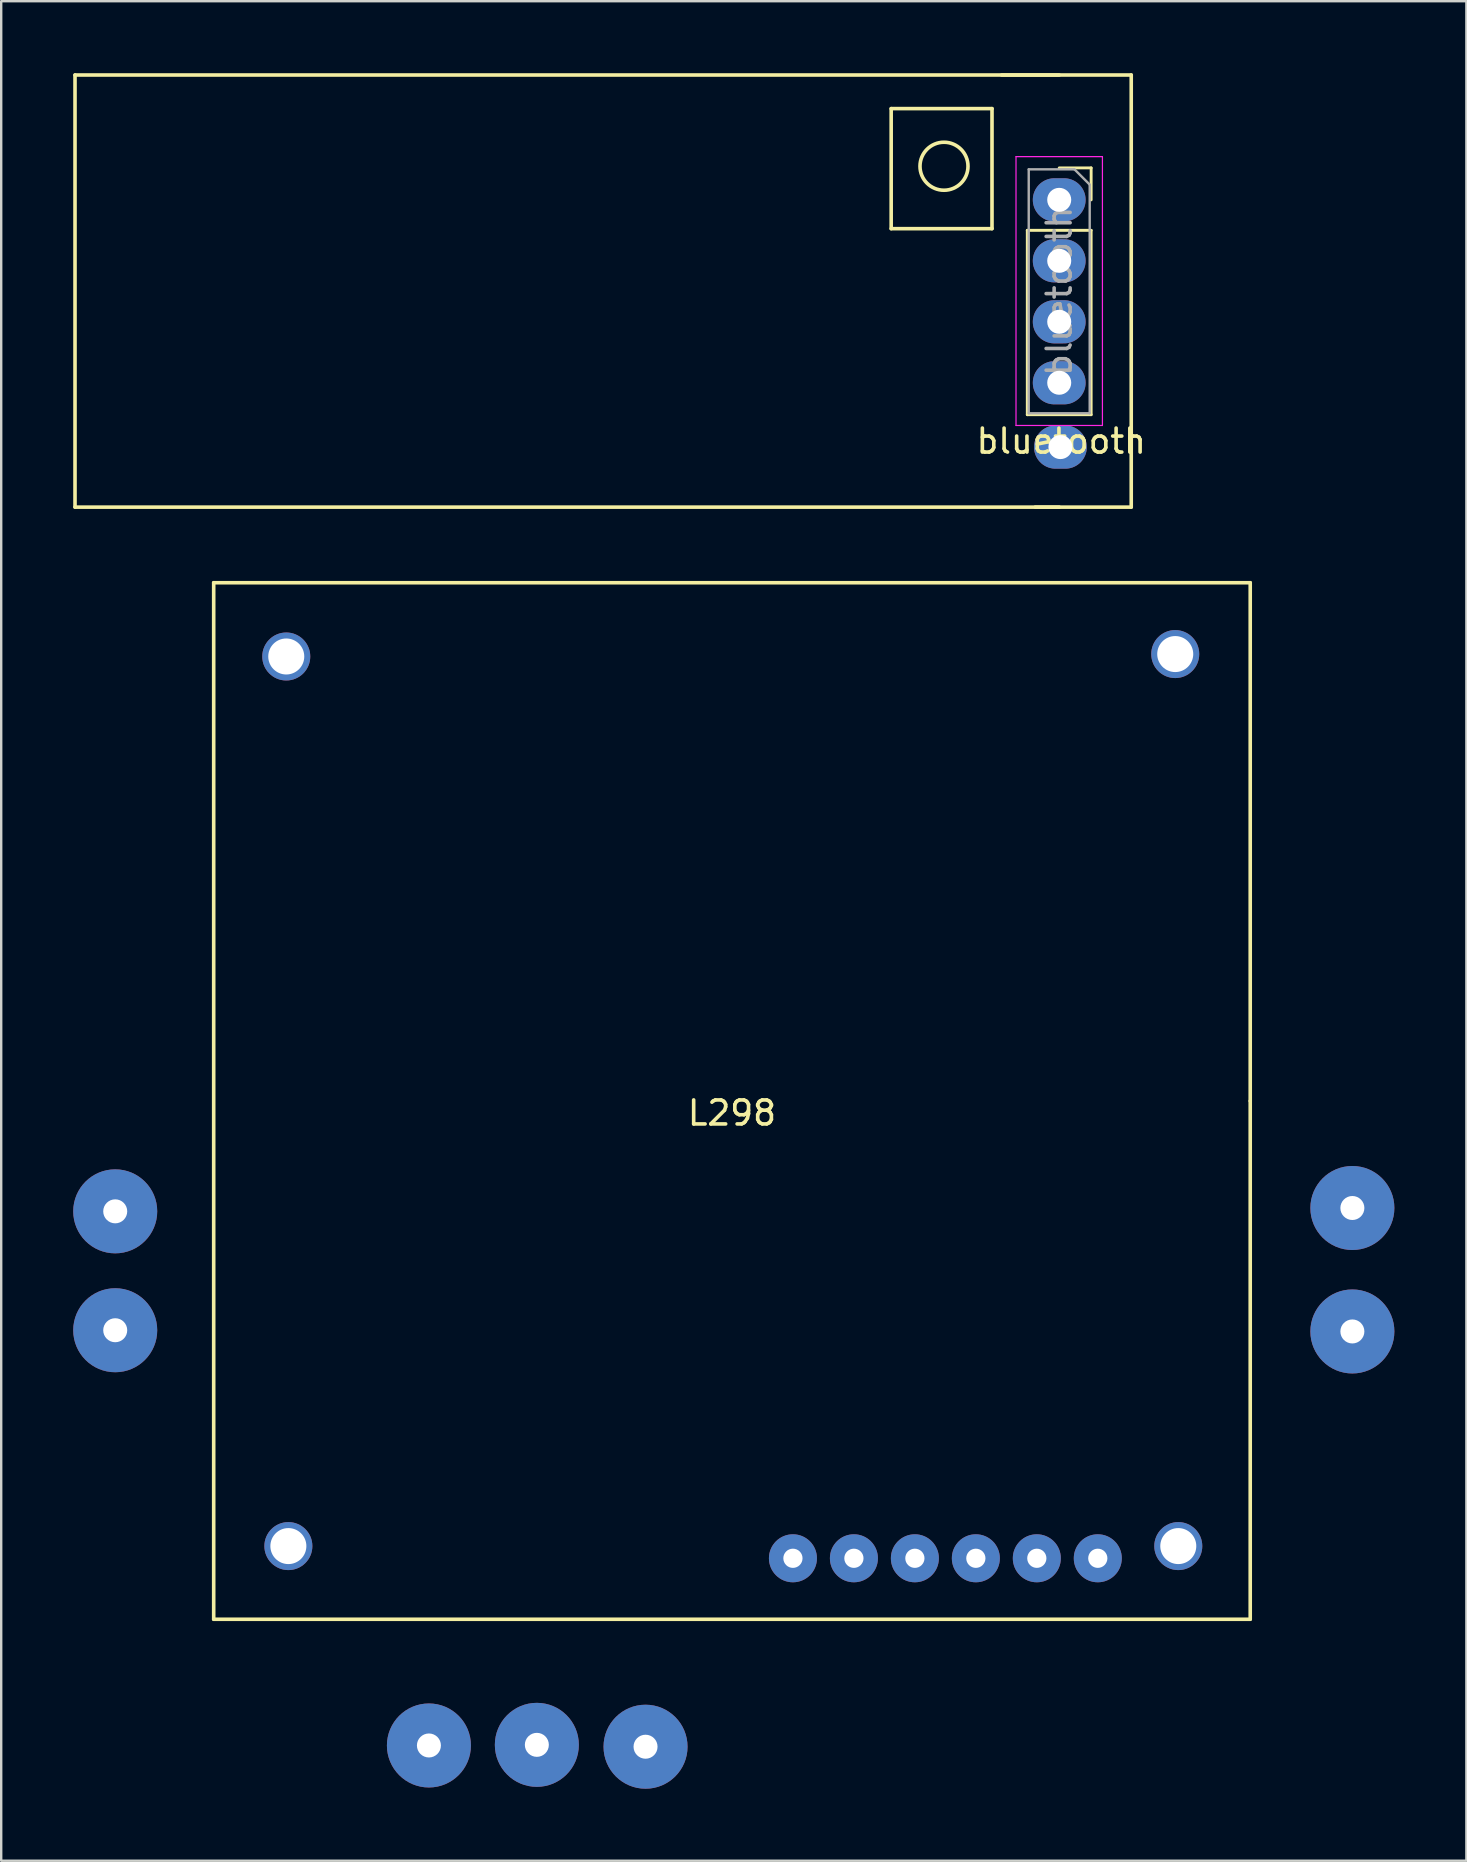
<source format=kicad_pcb>
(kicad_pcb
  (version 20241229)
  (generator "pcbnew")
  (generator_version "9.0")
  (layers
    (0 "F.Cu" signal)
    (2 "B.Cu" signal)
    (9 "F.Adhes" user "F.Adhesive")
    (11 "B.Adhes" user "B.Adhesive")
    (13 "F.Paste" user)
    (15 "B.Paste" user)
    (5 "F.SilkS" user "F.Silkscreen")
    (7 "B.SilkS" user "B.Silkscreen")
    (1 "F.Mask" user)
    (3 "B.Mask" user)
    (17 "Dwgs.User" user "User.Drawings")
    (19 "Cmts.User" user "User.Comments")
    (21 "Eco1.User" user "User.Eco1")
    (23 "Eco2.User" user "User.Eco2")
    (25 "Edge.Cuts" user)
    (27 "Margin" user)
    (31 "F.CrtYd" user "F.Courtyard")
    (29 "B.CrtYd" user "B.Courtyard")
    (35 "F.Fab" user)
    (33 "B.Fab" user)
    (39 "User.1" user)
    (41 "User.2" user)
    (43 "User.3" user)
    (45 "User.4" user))
  (footprint "bluetooth"
    (layer "F.Cu")
    (at 34.075 8.075)
    (property "Reference" "bluetooth" (at 7.084 7.252 0) (layer "F.SilkS") (effects (font (size 1 1) (thickness 0.15))))
    (attr through_hole)
    (fp_line (start -34 -8) (end 10 -8) (stroke (width 0.15) (type solid)) (layer "F.SilkS"))
    (fp_line (start -34 10) (end -34 -8) (stroke (width 0.15) (type solid)) (layer "F.SilkS"))
    (fp_line (start 0 -6.6) (end 4.2 -6.6) (stroke (width 0.15) (type solid)) (layer "F.SilkS"))
    (fp_line (start 0 -1.6) (end 0 -6.6) (stroke (width 0.15) (type solid)) (layer "F.SilkS"))
    (fp_line (start 4.2 -6.6) (end 4.2 -1.6) (stroke (width 0.15) (type solid)) (layer "F.SilkS"))
    (fp_line (start 4.2 -1.6) (end 0 -1.6) (stroke (width 0.15) (type solid)) (layer "F.SilkS"))
    (fp_line (start 5.67 -1.53) (end 5.67 6.15) (stroke (width 0.12) (type solid)) (layer "F.SilkS"))
    (fp_line (start 7 -8) (end 4.6 -8) (stroke (width 0.15) (type solid)) (layer "F.SilkS"))
    (fp_line (start 7 10) (end 6 10) (stroke (width 0.15) (type solid)) (layer "F.SilkS"))
    (fp_line (start 8.33 -4.13) (end 7 -4.13) (stroke (width 0.12) (type solid)) (layer "F.SilkS"))
    (fp_line (start 8.33 -2.8) (end 8.33 -4.13) (stroke (width 0.12) (type solid)) (layer "F.SilkS"))
    (fp_line (start 8.33 -1.53) (end 5.67 -1.53) (stroke (width 0.12) (type solid)) (layer "F.SilkS"))
    (fp_line (start 8.33 -1.53) (end 8.33 6.15) (stroke (width 0.12) (type solid)) (layer "F.SilkS"))
    (fp_line (start 8.33 6.15) (end 5.67 6.15) (stroke (width 0.12) (type solid)) (layer "F.SilkS"))
    (fp_line (start 10 -8) (end 10 10) (stroke (width 0.15) (type solid)) (layer "F.SilkS"))
    (fp_line (start 10 10) (end -34 10) (stroke (width 0.15) (type solid)) (layer "F.SilkS"))
    (fp_circle (center 2.2 -4.2) (end 1.6 -3.4) (stroke (width 0.15) (type solid)) (fill no) (layer "F.SilkS"))
    (fp_line (start 5.2 -4.6) (end 8.8 -4.6) (stroke (width 0.05) (type solid)) (layer "F.CrtYd"))
    (fp_line (start 5.2 6.6) (end 5.2 -4.6) (stroke (width 0.05) (type solid)) (layer "F.CrtYd"))
    (fp_line (start 8.8 -4.6) (end 8.8 6.6) (stroke (width 0.05) (type solid)) (layer "F.CrtYd"))
    (fp_line (start 8.8 6.6) (end 5.2 6.6) (stroke (width 0.05) (type solid)) (layer "F.CrtYd"))
    (fp_line (start 5.73 -4.07) (end 5.73 6.09) (stroke (width 0.1) (type solid)) (layer "F.Fab"))
    (fp_line (start 5.73 6.09) (end 8.27 6.09) (stroke (width 0.1) (type solid)) (layer "F.Fab"))
    (fp_line (start 7.635 -4.07) (end 5.73 -4.07) (stroke (width 0.1) (type solid)) (layer "F.Fab"))
    (fp_line (start 8.27 -3.435) (end 7.635 -4.07) (stroke (width 0.1) (type solid)) (layer "F.Fab"))
    (fp_line (start 8.27 6.09) (end 8.27 -3.435) (stroke (width 0.1) (type solid)) (layer "F.Fab"))
    (fp_text user "${REFERENCE}" (at 7 1.01 90) (layer "F.Fab") (effects (font (size 1 1) (thickness 0.15))))
    (pad "1" thru_hole oval (at 7 -2.8) (size 2.2 1.8) (drill 1) (layers "*.Cu" "*.Mask"))
    (pad "2" thru_hole oval (at 7 -0.26) (size 2.2 1.8) (drill 1) (layers "*.Cu" "*.Mask"))
    (pad "3" thru_hole oval (at 7 2.28) (size 2.2 1.8) (drill 1) (layers "*.Cu" "*.Mask"))
    (pad "4" thru_hole oval (at 7 4.82) (size 2.2 1.8) (drill 1) (layers "*.Cu" "*.Mask"))
    (pad "5" thru_hole oval (at 7.05 7.5) (size 2.2 1.8) (drill 1) (layers "*.Cu" "*.Mask")))
  (footprint "L298"
    (layer "F.Cu")
    (at 27.442 42.815)
    (property "Reference" "L298" (at 0 0.5 0) (layer "F.SilkS") (effects (font (size 1 1) (thickness 0.15))))
    (attr through_hole)
    (fp_line (start -21.59 -21.59) (end 21.59 -21.59) (stroke (width 0.15) (type solid)) (layer "F.SilkS"))
    (fp_line (start -21.59 21.59) (end -21.59 -21.59) (stroke (width 0.15) (type solid)) (layer "F.SilkS"))
    (fp_line (start 21.59 -21.59) (end 21.59 0) (stroke (width 0.15) (type solid)) (layer "F.SilkS"))
    (fp_line (start 21.59 0) (end 21.59 21.59) (stroke (width 0.15) (type solid)) (layer "F.SilkS"))
    (fp_line (start 21.59 21.59) (end -21.59 21.59) (stroke (width 0.15) (type solid)) (layer "F.SilkS"))
    (pad "0" thru_hole circle (at -18.567 -18.517) (size 2 2) (drill 1.5) (layers "*.Cu" "*.Mask"))
    (pad "0" thru_hole circle (at -18.479 18.542) (size 2 2) (drill 1.5) (layers "*.Cu" "*.Mask"))
    (pad "0" thru_hole circle (at 18.466 -18.618) (size 2 2) (drill 1.5) (layers "*.Cu" "*.Mask"))
    (pad "0" thru_hole circle (at 18.593 18.542) (size 2 2) (drill 1.5) (layers "*.Cu" "*.Mask"))
    (pad "1" thru_hole circle (at -12.624 26.848) (size 3.5 3.5) (drill 1) (layers "*.Cu" "*.Mask"))
    (pad "2" thru_hole circle (at -8.128 26.822) (size 3.5 3.5) (drill 1) (layers "*.Cu" "*.Mask"))
    (pad "3" thru_hole circle (at 2.54 19.05) (size 2 2) (drill 0.8) (layers "*.Cu" "*.Mask"))
    (pad "4" thru_hole circle (at 5.08 19.05) (size 2 2) (drill 0.8) (layers "*.Cu" "*.Mask"))
    (pad "5" thru_hole circle (at 7.62 19.05) (size 2 2) (drill 0.8) (layers "*.Cu" "*.Mask"))
    (pad "6" thru_hole circle (at 10.16 19.05) (size 2 2) (drill 0.8) (layers "*.Cu" "*.Mask"))
    (pad "7" thru_hole circle (at 12.7 19.05) (size 2 2) (drill 0.8) (layers "*.Cu" "*.Mask"))
    (pad "8" thru_hole circle (at 15.24 19.05) (size 2 2) (drill 0.8) (layers "*.Cu" "*.Mask"))
    (pad "9" thru_hole circle (at -25.692 4.597) (size 3.5 3.5) (drill 1) (layers "*.Cu" "*.Mask"))
    (pad "10" thru_hole circle (at -25.692 9.55) (size 3.5 3.5) (drill 1) (layers "*.Cu" "*.Mask"))
    (pad "11" thru_hole circle (at 25.845 4.458) (size 3.5 3.5) (drill 1) (layers "*.Cu" "*.Mask"))
    (pad "12" thru_hole circle (at 25.845 9.601) (size 3.5 3.5) (drill 1) (layers "*.Cu" "*.Mask"))
    (pad "13" thru_hole circle (at -3.6 26.9) (size 3.5 3.5) (drill 1) (layers "*.Cu" "*.Mask")))
  (gr_rect
    (start -3 -3)
    (end 58.037 74.465)
    (stroke (width 0.1) (type default))
    (fill no)
    (layer "Edge.Cuts")))
</source>
